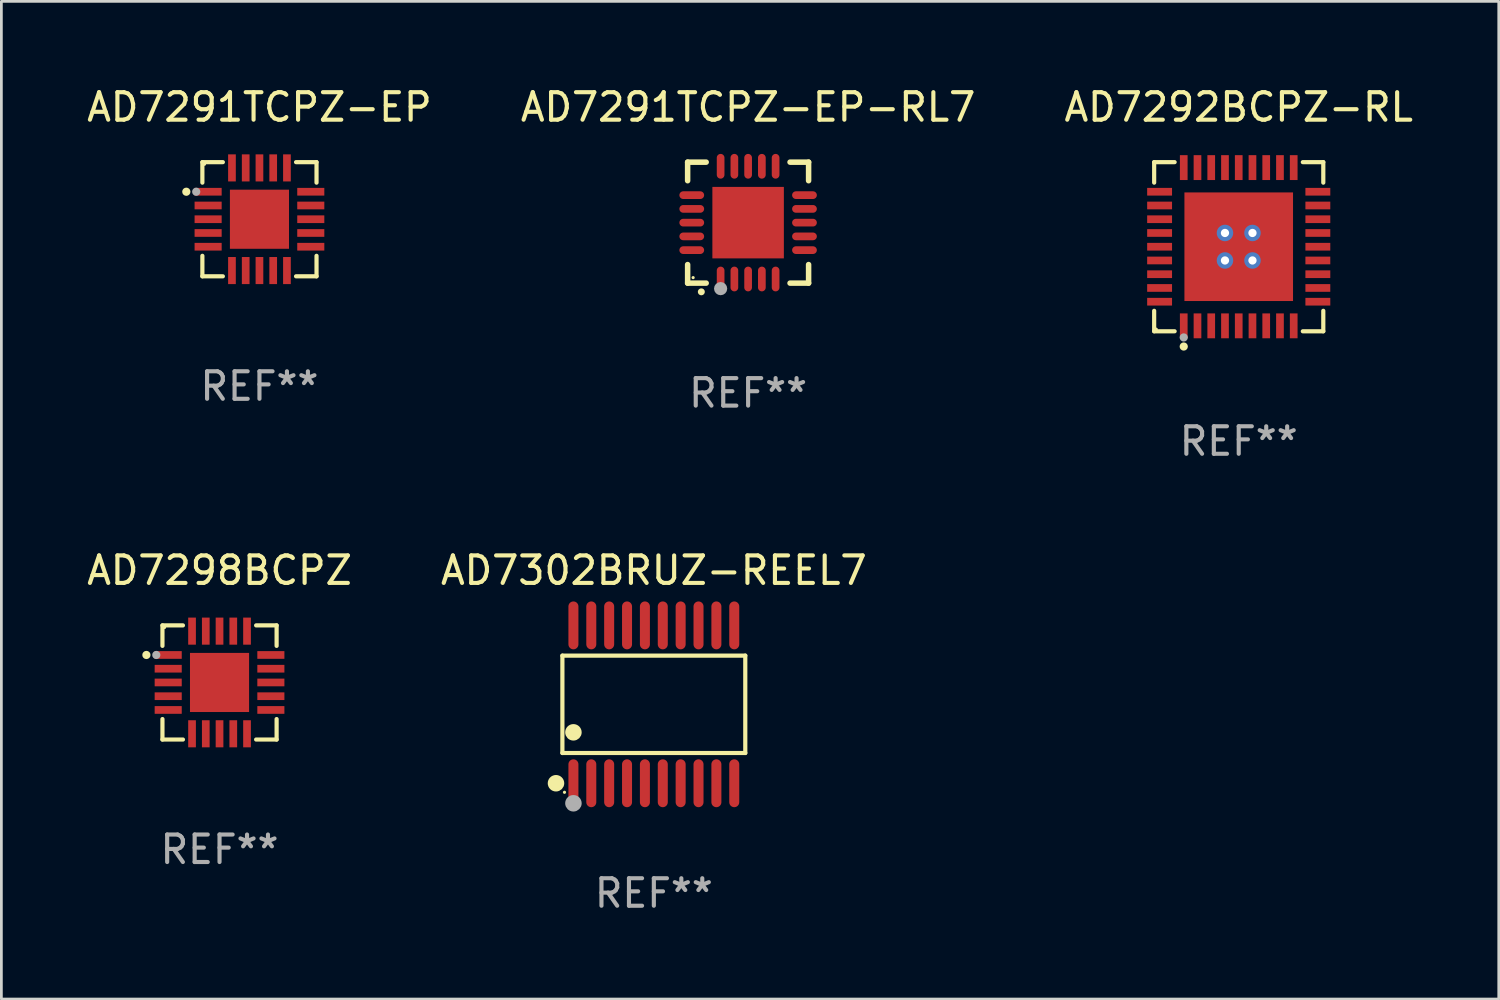
<source format=kicad_pcb>
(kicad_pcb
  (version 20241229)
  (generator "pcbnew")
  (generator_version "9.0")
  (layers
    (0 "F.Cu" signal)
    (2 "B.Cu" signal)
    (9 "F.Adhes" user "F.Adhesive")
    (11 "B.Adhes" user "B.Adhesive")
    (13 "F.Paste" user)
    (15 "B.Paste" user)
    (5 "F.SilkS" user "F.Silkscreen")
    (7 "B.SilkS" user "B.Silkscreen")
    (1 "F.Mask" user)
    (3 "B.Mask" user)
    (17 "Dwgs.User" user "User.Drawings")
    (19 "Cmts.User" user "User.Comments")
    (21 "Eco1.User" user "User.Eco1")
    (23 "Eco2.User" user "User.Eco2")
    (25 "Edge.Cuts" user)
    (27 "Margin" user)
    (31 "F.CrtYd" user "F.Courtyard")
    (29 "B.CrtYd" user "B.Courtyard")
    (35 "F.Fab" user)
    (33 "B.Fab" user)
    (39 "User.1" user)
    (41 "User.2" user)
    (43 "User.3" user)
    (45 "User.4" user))
  (footprint "AD7291TCPZ-EP"
    (layer "F.Cu")
    (at 6.387 4.924)
    (property "Reference" "AD7291TCPZ-EP" (at 0 -4.076 0) (layer "F.SilkS") (effects (font (size 1 1) (thickness 0.15))))
    (attr through_hole)
    (fp_line (start -2.076 -2.076) (end -2.076 -1.331) (stroke (width 0.152) (type solid)) (layer "F.SilkS"))
    (fp_line (start -2.076 2.076) (end -2.076 1.331) (stroke (width 0.152) (type solid)) (layer "F.SilkS"))
    (fp_line (start -1.331 -2.076) (end -2.076 -2.076) (stroke (width 0.152) (type solid)) (layer "F.SilkS"))
    (fp_line (start -1.331 2.076) (end -2.076 2.076) (stroke (width 0.152) (type solid)) (layer "F.SilkS"))
    (fp_line (start 1.331 -2.076) (end 2.076 -2.076) (stroke (width 0.152) (type solid)) (layer "F.SilkS"))
    (fp_line (start 1.331 2.076) (end 2.076 2.076) (stroke (width 0.152) (type solid)) (layer "F.SilkS"))
    (fp_line (start 2.076 -2.076) (end 2.076 -1.331) (stroke (width 0.152) (type solid)) (layer "F.SilkS"))
    (fp_line (start 2.076 2.076) (end 2.076 1.331) (stroke (width 0.152) (type solid)) (layer "F.SilkS"))
    (fp_circle (center -2.66 -1) (end -2.585 -1) (stroke (width 0.15) (type solid)) (fill no) (layer "F.SilkS"))
    (fp_circle (center -2 -2) (end -1.97 -2) (stroke (width 0.06) (type solid)) (fill no) (layer "F.SilkS"))
    (fp_circle (center -2.3 -1) (end -2.225 -1) (stroke (width 0.15) (type solid)) (fill no) (layer "F.Fab"))
    (fp_text user "REF**" (at 0 6.076 0) (layer "F.Fab") (effects (font (size 1 1) (thickness 0.15))))
    (pad "1" smd rect (at -1.867 -1) (size 0.985 0.28) (layers "F.Cu" "F.Mask" "F.Paste"))
    (pad "2" smd rect (at -1.867 -0.5) (size 0.985 0.28) (layers "F.Cu" "F.Mask" "F.Paste"))
    (pad "3" smd rect (at -1.867 0) (size 0.985 0.28) (layers "F.Cu" "F.Mask" "F.Paste"))
    (pad "4" smd rect (at -1.867 0.5) (size 0.985 0.28) (layers "F.Cu" "F.Mask" "F.Paste"))
    (pad "5" smd rect (at -1.867 1) (size 0.985 0.28) (layers "F.Cu" "F.Mask" "F.Paste"))
    (pad "6" smd rect (at -1 1.867) (size 0.28 0.985) (layers "F.Cu" "F.Mask" "F.Paste"))
    (pad "7" smd rect (at -0.5 1.867) (size 0.28 0.985) (layers "F.Cu" "F.Mask" "F.Paste"))
    (pad "8" smd rect (at 0 1.867) (size 0.28 0.985) (layers "F.Cu" "F.Mask" "F.Paste"))
    (pad "9" smd rect (at 0.5 1.867) (size 0.28 0.985) (layers "F.Cu" "F.Mask" "F.Paste"))
    (pad "10" smd rect (at 1 1.867) (size 0.28 0.985) (layers "F.Cu" "F.Mask" "F.Paste"))
    (pad "11" smd rect (at 1.867 1) (size 0.985 0.28) (layers "F.Cu" "F.Mask" "F.Paste"))
    (pad "12" smd rect (at 1.867 0.5) (size 0.985 0.28) (layers "F.Cu" "F.Mask" "F.Paste"))
    (pad "13" smd rect (at 1.867 0) (size 0.985 0.28) (layers "F.Cu" "F.Mask" "F.Paste"))
    (pad "14" smd rect (at 1.867 -0.5) (size 0.985 0.28) (layers "F.Cu" "F.Mask" "F.Paste"))
    (pad "15" smd rect (at 1.867 -1) (size 0.985 0.28) (layers "F.Cu" "F.Mask" "F.Paste"))
    (pad "16" smd rect (at 1 -1.867) (size 0.28 0.985) (layers "F.Cu" "F.Mask" "F.Paste"))
    (pad "17" smd rect (at 0.5 -1.867) (size 0.28 0.985) (layers "F.Cu" "F.Mask" "F.Paste"))
    (pad "18" smd rect (at 0 -1.867) (size 0.28 0.985) (layers "F.Cu" "F.Mask" "F.Paste"))
    (pad "19" smd rect (at -0.5 -1.867) (size 0.28 0.985) (layers "F.Cu" "F.Mask" "F.Paste"))
    (pad "20" smd rect (at -1 -1.867) (size 0.28 0.985) (layers "F.Cu" "F.Mask" "F.Paste"))
    (pad "21" smd rect (at 0 0) (size 2.15 2.15) (layers "F.Cu" "F.Mask" "F.Paste")))
  (footprint "AD7302BRUZ-REEL7"
    (layer "F.Cu")
    (at 20.732 22.568)
    (property "Reference" "AD7302BRUZ-REEL7" (at 0 -4.871 0) (layer "F.SilkS") (effects (font (size 1 1) (thickness 0.15))))
    (attr through_hole)
    (fp_line (start -3.326 -1.771) (end 3.326 -1.771) (stroke (width 0.152) (type solid)) (layer "F.SilkS"))
    (fp_line (start -3.326 1.771) (end -3.326 -1.771) (stroke (width 0.152) (type solid)) (layer "F.SilkS"))
    (fp_line (start 3.326 -1.771) (end 3.326 1.771) (stroke (width 0.152) (type solid)) (layer "F.SilkS"))
    (fp_line (start 3.326 1.771) (end -3.326 1.771) (stroke (width 0.152) (type solid)) (layer "F.SilkS"))
    (fp_circle (center -3.559 2.871) (end -3.409 2.871) (stroke (width 0.3) (type solid)) (fill no) (layer "F.SilkS"))
    (fp_circle (center -3.25 3.2) (end -3.22 3.2) (stroke (width 0.06) (type solid)) (fill no) (layer "F.SilkS"))
    (fp_circle (center -2.925 1.019) (end -2.775 1.019) (stroke (width 0.3) (type solid)) (fill no) (layer "F.SilkS"))
    (fp_circle (center -2.925 3.6) (end -2.775 3.6) (stroke (width 0.3) (type solid)) (fill no) (layer "F.Fab"))
    (fp_text user "REF**" (at 0 6.871 0) (layer "F.Fab") (effects (font (size 1 1) (thickness 0.15))))
    (pad "1" smd oval (at -2.925 2.871) (size 0.364 1.742) (layers "F.Cu" "F.Mask" "F.Paste"))
    (pad "2" smd oval (at -2.275 2.871) (size 0.364 1.742) (layers "F.Cu" "F.Mask" "F.Paste"))
    (pad "3" smd oval (at -1.625 2.871) (size 0.364 1.742) (layers "F.Cu" "F.Mask" "F.Paste"))
    (pad "4" smd oval (at -0.975 2.871) (size 0.364 1.742) (layers "F.Cu" "F.Mask" "F.Paste"))
    (pad "5" smd oval (at -0.325 2.871) (size 0.364 1.742) (layers "F.Cu" "F.Mask" "F.Paste"))
    (pad "6" smd oval (at 0.325 2.871) (size 0.364 1.742) (layers "F.Cu" "F.Mask" "F.Paste"))
    (pad "7" smd oval (at 0.975 2.871) (size 0.364 1.742) (layers "F.Cu" "F.Mask" "F.Paste"))
    (pad "8" smd oval (at 1.625 2.871) (size 0.364 1.742) (layers "F.Cu" "F.Mask" "F.Paste"))
    (pad "9" smd oval (at 2.275 2.871) (size 0.364 1.742) (layers "F.Cu" "F.Mask" "F.Paste"))
    (pad "10" smd oval (at 2.925 2.871) (size 0.364 1.742) (layers "F.Cu" "F.Mask" "F.Paste"))
    (pad "11" smd oval (at 2.925 -2.871) (size 0.364 1.742) (layers "F.Cu" "F.Mask" "F.Paste"))
    (pad "12" smd oval (at 2.275 -2.871) (size 0.364 1.742) (layers "F.Cu" "F.Mask" "F.Paste"))
    (pad "13" smd oval (at 1.625 -2.871) (size 0.364 1.742) (layers "F.Cu" "F.Mask" "F.Paste"))
    (pad "14" smd oval (at 0.975 -2.871) (size 0.364 1.742) (layers "F.Cu" "F.Mask" "F.Paste"))
    (pad "15" smd oval (at 0.325 -2.871) (size 0.364 1.742) (layers "F.Cu" "F.Mask" "F.Paste"))
    (pad "16" smd oval (at -0.325 -2.871) (size 0.364 1.742) (layers "F.Cu" "F.Mask" "F.Paste"))
    (pad "17" smd oval (at -0.975 -2.871) (size 0.364 1.742) (layers "F.Cu" "F.Mask" "F.Paste"))
    (pad "18" smd oval (at -1.625 -2.871) (size 0.364 1.742) (layers "F.Cu" "F.Mask" "F.Paste"))
    (pad "19" smd oval (at -2.275 -2.871) (size 0.364 1.742) (layers "F.Cu" "F.Mask" "F.Paste"))
    (pad "20" smd oval (at -2.925 -2.871) (size 0.364 1.742) (layers "F.Cu" "F.Mask" "F.Paste")))
  (footprint "AD7291TCPZ-EP-RL7"
    (layer "F.Cu")
    (at 24.161 5.048)
    (property "Reference" "AD7291TCPZ-EP-RL7" (at 0 -4.2 0) (layer "F.SilkS") (effects (font (size 1 1) (thickness 0.15))))
    (attr through_hole)
    (fp_line (start -2.2 -2.2) (end -1.525 -2.2) (stroke (width 0.2) (type solid)) (layer "F.SilkS"))
    (fp_line (start -2.2 -1.525) (end -2.2 -2.2) (stroke (width 0.2) (type solid)) (layer "F.SilkS"))
    (fp_line (start -2.2 2.2) (end -2.2 1.525) (stroke (width 0.2) (type solid)) (layer "F.SilkS"))
    (fp_line (start -1.525 2.2) (end -2.2 2.2) (stroke (width 0.2) (type solid)) (layer "F.SilkS"))
    (fp_line (start 1.525 2.2) (end 2.2 2.2) (stroke (width 0.2) (type solid)) (layer "F.SilkS"))
    (fp_line (start 2.2 -2.2) (end 1.525 -2.2) (stroke (width 0.2) (type solid)) (layer "F.SilkS"))
    (fp_line (start 2.2 -1.525) (end 2.2 -2.2) (stroke (width 0.2) (type solid)) (layer "F.SilkS"))
    (fp_line (start 2.2 2.2) (end 2.2 1.525) (stroke (width 0.2) (type solid)) (layer "F.SilkS"))
    (fp_arc (start -1.703073 2.516612) (mid -1.701803 2.516606) (end -1.700533 2.516612) (stroke (width 0.25) (type solid)) (layer "F.SilkS"))
    (fp_circle (center -2 2) (end -1.97 2) (stroke (width 0.06) (type solid)) (fill no) (layer "F.SilkS"))
    (fp_circle (center -1 2.4) (end -0.88 2.4) (stroke (width 0.24) (type solid)) (fill no) (layer "F.Fab"))
    (fp_text user "REF**" (at 0 6.2 0) (layer "F.Fab") (effects (font (size 1 1) (thickness 0.15))))
    (pad "1" smd oval (at -1 2.05) (size 0.28 0.9) (layers "F.Cu" "F.Mask" "F.Paste"))
    (pad "2" smd oval (at -0.5 2.05) (size 0.28 0.9) (layers "F.Cu" "F.Mask" "F.Paste"))
    (pad "3" smd oval (at 0.000076 2.05) (size 0.28 0.9) (layers "F.Cu" "F.Mask" "F.Paste"))
    (pad "4" smd oval (at 0.5 2.05) (size 0.28 0.9) (layers "F.Cu" "F.Mask" "F.Paste"))
    (pad "5" smd oval (at 1 2.05) (size 0.28 0.9) (layers "F.Cu" "F.Mask" "F.Paste"))
    (pad "6" smd oval (at 2.05 1) (size 0.9 0.28) (layers "F.Cu" "F.Mask" "F.Paste"))
    (pad "7" smd oval (at 2.05 0.5) (size 0.9 0.28) (layers "F.Cu" "F.Mask" "F.Paste"))
    (pad "8" smd oval (at 2.05 0.000076) (size 0.9 0.28) (layers "F.Cu" "F.Mask" "F.Paste"))
    (pad "9" smd oval (at 2.05 -0.5) (size 0.9 0.28) (layers "F.Cu" "F.Mask" "F.Paste"))
    (pad "10" smd oval (at 2.05 -1) (size 0.9 0.28) (layers "F.Cu" "F.Mask" "F.Paste"))
    (pad "11" smd oval (at 1 -2.05) (size 0.28 0.9) (layers "F.Cu" "F.Mask" "F.Paste"))
    (pad "12" smd oval (at 0.5 -2.05) (size 0.28 0.9) (layers "F.Cu" "F.Mask" "F.Paste"))
    (pad "13" smd oval (at 0.000076 -2.05) (size 0.28 0.9) (layers "F.Cu" "F.Mask" "F.Paste"))
    (pad "14" smd oval (at -0.5 -2.05) (size 0.28 0.9) (layers "F.Cu" "F.Mask" "F.Paste"))
    (pad "15" smd oval (at -1 -2.05) (size 0.28 0.9) (layers "F.Cu" "F.Mask" "F.Paste"))
    (pad "16" smd oval (at -2.05 -1) (size 0.9 0.28) (layers "F.Cu" "F.Mask" "F.Paste"))
    (pad "17" smd oval (at -2.05 -0.5) (size 0.9 0.28) (layers "F.Cu" "F.Mask" "F.Paste"))
    (pad "18" smd oval (at -2.05 0.000076) (size 0.9 0.28) (layers "F.Cu" "F.Mask" "F.Paste"))
    (pad "19" smd oval (at -2.05 0.5) (size 0.9 0.28) (layers "F.Cu" "F.Mask" "F.Paste"))
    (pad "20" smd oval (at -2.05 1) (size 0.9 0.28) (layers "F.Cu" "F.Mask" "F.Paste"))
    (pad "21" smd rect (at 0.000076 0.000076) (size 2.6 2.6) (layers "F.Cu" "F.Mask" "F.Paste")))
  (footprint "AD7298BCPZ"
    (layer "F.Cu")
    (at 4.935 21.773)
    (property "Reference" "AD7298BCPZ" (at 0 -4.076 0) (layer "F.SilkS") (effects (font (size 1 1) (thickness 0.15))))
    (attr through_hole)
    (fp_line (start -2.076 -2.076) (end -2.076 -1.331) (stroke (width 0.152) (type solid)) (layer "F.SilkS"))
    (fp_line (start -2.076 2.076) (end -2.076 1.331) (stroke (width 0.152) (type solid)) (layer "F.SilkS"))
    (fp_line (start -1.331 -2.076) (end -2.076 -2.076) (stroke (width 0.152) (type solid)) (layer "F.SilkS"))
    (fp_line (start -1.331 2.076) (end -2.076 2.076) (stroke (width 0.152) (type solid)) (layer "F.SilkS"))
    (fp_line (start 1.331 -2.076) (end 2.076 -2.076) (stroke (width 0.152) (type solid)) (layer "F.SilkS"))
    (fp_line (start 1.331 2.076) (end 2.076 2.076) (stroke (width 0.152) (type solid)) (layer "F.SilkS"))
    (fp_line (start 2.076 -2.076) (end 2.076 -1.331) (stroke (width 0.152) (type solid)) (layer "F.SilkS"))
    (fp_line (start 2.076 2.076) (end 2.076 1.331) (stroke (width 0.152) (type solid)) (layer "F.SilkS"))
    (fp_circle (center -2.66 -1) (end -2.585 -1) (stroke (width 0.15) (type solid)) (fill no) (layer "F.SilkS"))
    (fp_circle (center -2 -2) (end -1.97 -2) (stroke (width 0.06) (type solid)) (fill no) (layer "F.SilkS"))
    (fp_circle (center -2.3 -1) (end -2.225 -1) (stroke (width 0.15) (type solid)) (fill no) (layer "F.Fab"))
    (fp_text user "REF**" (at 0 6.076 0) (layer "F.Fab") (effects (font (size 1 1) (thickness 0.15))))
    (pad "1" smd rect (at -1.867 -1) (size 0.985 0.28) (layers "F.Cu" "F.Mask" "F.Paste"))
    (pad "2" smd rect (at -1.867 -0.5) (size 0.985 0.28) (layers "F.Cu" "F.Mask" "F.Paste"))
    (pad "3" smd rect (at -1.867 0) (size 0.985 0.28) (layers "F.Cu" "F.Mask" "F.Paste"))
    (pad "4" smd rect (at -1.867 0.5) (size 0.985 0.28) (layers "F.Cu" "F.Mask" "F.Paste"))
    (pad "5" smd rect (at -1.867 1) (size 0.985 0.28) (layers "F.Cu" "F.Mask" "F.Paste"))
    (pad "6" smd rect (at -1 1.867) (size 0.28 0.985) (layers "F.Cu" "F.Mask" "F.Paste"))
    (pad "7" smd rect (at -0.5 1.867) (size 0.28 0.985) (layers "F.Cu" "F.Mask" "F.Paste"))
    (pad "8" smd rect (at 0 1.867) (size 0.28 0.985) (layers "F.Cu" "F.Mask" "F.Paste"))
    (pad "9" smd rect (at 0.5 1.867) (size 0.28 0.985) (layers "F.Cu" "F.Mask" "F.Paste"))
    (pad "10" smd rect (at 1 1.867) (size 0.28 0.985) (layers "F.Cu" "F.Mask" "F.Paste"))
    (pad "11" smd rect (at 1.867 1) (size 0.985 0.28) (layers "F.Cu" "F.Mask" "F.Paste"))
    (pad "12" smd rect (at 1.867 0.5) (size 0.985 0.28) (layers "F.Cu" "F.Mask" "F.Paste"))
    (pad "13" smd rect (at 1.867 0) (size 0.985 0.28) (layers "F.Cu" "F.Mask" "F.Paste"))
    (pad "14" smd rect (at 1.867 -0.5) (size 0.985 0.28) (layers "F.Cu" "F.Mask" "F.Paste"))
    (pad "15" smd rect (at 1.867 -1) (size 0.985 0.28) (layers "F.Cu" "F.Mask" "F.Paste"))
    (pad "16" smd rect (at 1 -1.867) (size 0.28 0.985) (layers "F.Cu" "F.Mask" "F.Paste"))
    (pad "17" smd rect (at 0.5 -1.867) (size 0.28 0.985) (layers "F.Cu" "F.Mask" "F.Paste"))
    (pad "18" smd rect (at 0 -1.867) (size 0.28 0.985) (layers "F.Cu" "F.Mask" "F.Paste"))
    (pad "19" smd rect (at -0.5 -1.867) (size 0.28 0.985) (layers "F.Cu" "F.Mask" "F.Paste"))
    (pad "20" smd rect (at -1 -1.867) (size 0.28 0.985) (layers "F.Cu" "F.Mask" "F.Paste"))
    (pad "21" smd rect (at 0 0) (size 2.15 2.15) (layers "F.Cu" "F.Mask" "F.Paste")))
  (footprint "AD7292BCPZ-RL"
    (layer "F.Cu")
    (at 42.006 5.924)
    (property "Reference" "AD7292BCPZ-RL" (at 0 -5.076 0) (layer "F.SilkS") (effects (font (size 1 1) (thickness 0.15))))
    (attr through_hole)
    (fp_line (start -3.076 -3.076) (end -2.331 -3.076) (stroke (width 0.152) (type solid)) (layer "F.SilkS"))
    (fp_line (start -3.076 -2.331) (end -3.076 -3.076) (stroke (width 0.152) (type solid)) (layer "F.SilkS"))
    (fp_line (start -3.076 2.331) (end -3.076 3.076) (stroke (width 0.152) (type solid)) (layer "F.SilkS"))
    (fp_line (start -3.076 3.076) (end -2.331 3.076) (stroke (width 0.152) (type solid)) (layer "F.SilkS"))
    (fp_line (start 3.076 -3.076) (end 2.331 -3.076) (stroke (width 0.152) (type solid)) (layer "F.SilkS"))
    (fp_line (start 3.076 -2.331) (end 3.076 -3.076) (stroke (width 0.152) (type solid)) (layer "F.SilkS"))
    (fp_line (start 3.076 2.331) (end 3.076 3.076) (stroke (width 0.152) (type solid)) (layer "F.SilkS"))
    (fp_line (start 3.076 3.076) (end 2.331 3.076) (stroke (width 0.152) (type solid)) (layer "F.SilkS"))
    (fp_circle (center -3 3) (end -2.97 3) (stroke (width 0.06) (type solid)) (fill no) (layer "F.SilkS"))
    (fp_circle (center -2 3.63) (end -1.925 3.63) (stroke (width 0.15) (type solid)) (fill no) (layer "F.SilkS"))
    (fp_circle (center -2 3.3) (end -1.925 3.3) (stroke (width 0.15) (type solid)) (fill no) (layer "F.Fab"))
    (fp_text user "REF**" (at 0 7.076 0) (layer "F.Fab") (effects (font (size 1 1) (thickness 0.15))))
    (pad "1" smd rect (at -2 2.878) (size 0.28 0.905) (layers "F.Cu" "F.Mask" "F.Paste"))
    (pad "2" smd rect (at -1.5 2.878) (size 0.28 0.905) (layers "F.Cu" "F.Mask" "F.Paste"))
    (pad "3" smd rect (at -1 2.878) (size 0.28 0.905) (layers "F.Cu" "F.Mask" "F.Paste"))
    (pad "4" smd rect (at -0.5 2.878) (size 0.28 0.905) (layers "F.Cu" "F.Mask" "F.Paste"))
    (pad "5" smd rect (at 0 2.878) (size 0.28 0.905) (layers "F.Cu" "F.Mask" "F.Paste"))
    (pad "6" smd rect (at 0.5 2.878) (size 0.28 0.905) (layers "F.Cu" "F.Mask" "F.Paste"))
    (pad "7" smd rect (at 1 2.878) (size 0.28 0.905) (layers "F.Cu" "F.Mask" "F.Paste"))
    (pad "8" smd rect (at 1.5 2.878) (size 0.28 0.905) (layers "F.Cu" "F.Mask" "F.Paste"))
    (pad "9" smd rect (at 2 2.878) (size 0.28 0.905) (layers "F.Cu" "F.Mask" "F.Paste"))
    (pad "10" smd rect (at 2.878 2) (size 0.905 0.28) (layers "F.Cu" "F.Mask" "F.Paste"))
    (pad "11" smd rect (at 2.878 1.5) (size 0.905 0.28) (layers "F.Cu" "F.Mask" "F.Paste"))
    (pad "12" smd rect (at 2.878 1) (size 0.905 0.28) (layers "F.Cu" "F.Mask" "F.Paste"))
    (pad "13" smd rect (at 2.878 0.5) (size 0.905 0.28) (layers "F.Cu" "F.Mask" "F.Paste"))
    (pad "14" smd rect (at 2.878 0) (size 0.905 0.28) (layers "F.Cu" "F.Mask" "F.Paste"))
    (pad "15" smd rect (at 2.878 -0.5) (size 0.905 0.28) (layers "F.Cu" "F.Mask" "F.Paste"))
    (pad "16" smd rect (at 2.878 -1) (size 0.905 0.28) (layers "F.Cu" "F.Mask" "F.Paste"))
    (pad "17" smd rect (at 2.878 -1.5) (size 0.905 0.28) (layers "F.Cu" "F.Mask" "F.Paste"))
    (pad "18" smd rect (at 2.878 -2) (size 0.905 0.28) (layers "F.Cu" "F.Mask" "F.Paste"))
    (pad "19" smd rect (at 2 -2.878) (size 0.28 0.905) (layers "F.Cu" "F.Mask" "F.Paste"))
    (pad "20" smd rect (at 1.5 -2.878) (size 0.28 0.905) (layers "F.Cu" "F.Mask" "F.Paste"))
    (pad "21" smd rect (at 1 -2.878) (size 0.28 0.905) (layers "F.Cu" "F.Mask" "F.Paste"))
    (pad "22" smd rect (at 0.5 -2.878) (size 0.28 0.905) (layers "F.Cu" "F.Mask" "F.Paste"))
    (pad "23" smd rect (at 0 -2.878) (size 0.28 0.905) (layers "F.Cu" "F.Mask" "F.Paste"))
    (pad "24" smd rect (at -0.5 -2.878) (size 0.28 0.905) (layers "F.Cu" "F.Mask" "F.Paste"))
    (pad "25" smd rect (at -1 -2.878) (size 0.28 0.905) (layers "F.Cu" "F.Mask" "F.Paste"))
    (pad "26" smd rect (at -1.5 -2.878) (size 0.28 0.905) (layers "F.Cu" "F.Mask" "F.Paste"))
    (pad "27" smd rect (at -2 -2.878) (size 0.28 0.905) (layers "F.Cu" "F.Mask" "F.Paste"))
    (pad "28" smd rect (at -2.878 -2) (size 0.905 0.28) (layers "F.Cu" "F.Mask" "F.Paste"))
    (pad "29" smd rect (at -2.878 -1.5) (size 0.905 0.28) (layers "F.Cu" "F.Mask" "F.Paste"))
    (pad "30" smd rect (at -2.878 -1) (size 0.905 0.28) (layers "F.Cu" "F.Mask" "F.Paste"))
    (pad "31" smd rect (at -2.878 -0.5) (size 0.905 0.28) (layers "F.Cu" "F.Mask" "F.Paste"))
    (pad "32" smd rect (at -2.878 0) (size 0.905 0.28) (layers "F.Cu" "F.Mask" "F.Paste"))
    (pad "33" smd rect (at -2.878 0.5) (size 0.905 0.28) (layers "F.Cu" "F.Mask" "F.Paste"))
    (pad "34" smd rect (at -2.878 1) (size 0.905 0.28) (layers "F.Cu" "F.Mask" "F.Paste"))
    (pad "35" smd rect (at -2.878 1.5) (size 0.905 0.28) (layers "F.Cu" "F.Mask" "F.Paste"))
    (pad "36" smd rect (at -2.878 2) (size 0.905 0.28) (layers "F.Cu" "F.Mask" "F.Paste"))
    (pad "37" thru_hole circle (at -0.5 -0.5) (size 0.6 0.6) (drill 0.3) (layers "*.Cu" "*.Mask"))
    (pad "37" thru_hole circle (at -0.5 0.5) (size 0.6 0.6) (drill 0.3) (layers "*.Cu" "*.Mask"))
    (pad "37" smd rect (at 0 0) (size 3.95 3.95) (layers "F.Cu" "F.Mask" "F.Paste"))
    (pad "37" thru_hole circle (at 0.5 -0.5) (size 0.6 0.6) (drill 0.3) (layers "*.Cu" "*.Mask"))
    (pad "37" thru_hole circle (at 0.5 0.5) (size 0.6 0.6) (drill 0.3) (layers "*.Cu" "*.Mask")))
  (gr_rect
    (start -3 -3)
    (end 51.464 33.287)
    (stroke (width 0.1) (type default))
    (fill no)
    (layer "Edge.Cuts")))
</source>
